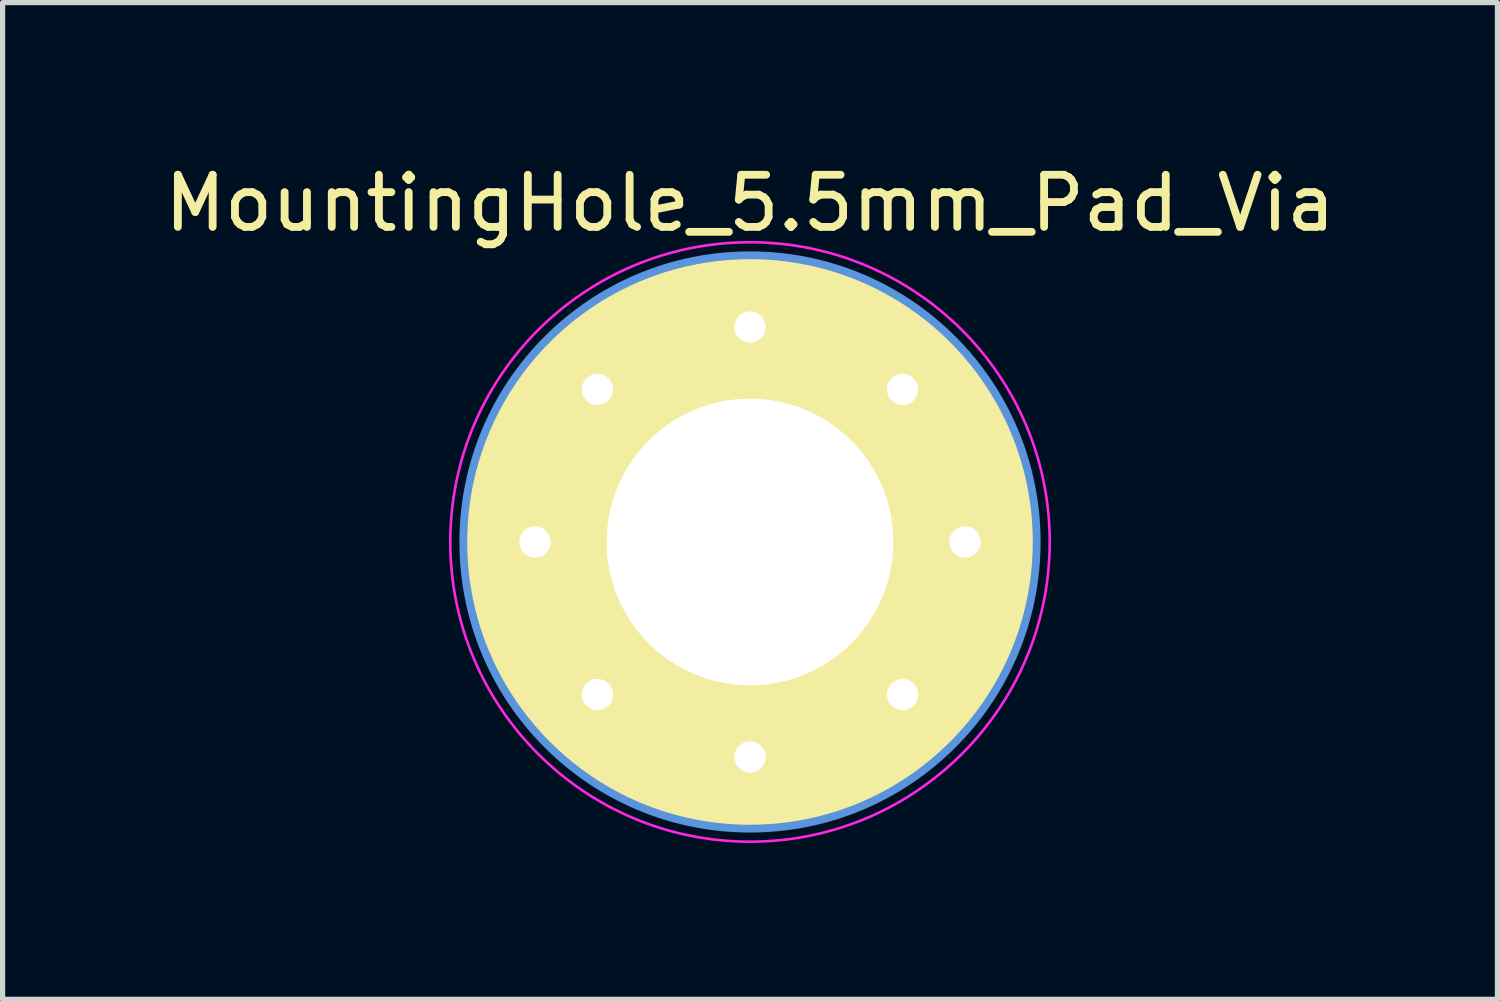
<source format=kicad_pcb>
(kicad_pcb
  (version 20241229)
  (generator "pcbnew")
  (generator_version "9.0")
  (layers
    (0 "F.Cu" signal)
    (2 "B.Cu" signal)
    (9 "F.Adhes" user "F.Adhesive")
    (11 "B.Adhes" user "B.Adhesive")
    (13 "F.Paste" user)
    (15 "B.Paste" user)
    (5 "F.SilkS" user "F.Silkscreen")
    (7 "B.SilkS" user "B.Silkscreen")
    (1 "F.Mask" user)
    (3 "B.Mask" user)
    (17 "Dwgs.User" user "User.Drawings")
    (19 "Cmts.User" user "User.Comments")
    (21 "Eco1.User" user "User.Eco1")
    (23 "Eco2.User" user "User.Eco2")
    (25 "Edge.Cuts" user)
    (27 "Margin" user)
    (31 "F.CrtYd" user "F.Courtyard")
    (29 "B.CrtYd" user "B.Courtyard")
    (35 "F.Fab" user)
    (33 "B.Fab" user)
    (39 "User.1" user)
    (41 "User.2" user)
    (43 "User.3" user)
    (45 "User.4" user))
  (footprint "MountingHole_5.5mm_Pad_Via"
    (layer "F.Cu")
    (at 11.339 7.348)
    (property "Reference" "MountingHole_5.5mm_Pad_Via" (at 0 -6.5 0) (layer "F.SilkS") (effects (font (size 1 1) (thickness 0.15))))
    (attr through_hole)
    (fp_circle (center 0 0) (end 5.5 0) (stroke (width 0.15) (type solid)) (fill no) (layer "Cmts.User"))
    (fp_circle (center 0 0) (end 5.75 0) (stroke (width 0.05) (type solid)) (fill no) (layer "F.CrtYd"))
    (pad "" thru_hole circle (at -4.125 0) (size 0.7 0.7) (drill 0.6) (layers "*.Cu" "*.Mask"))
    (pad "" thru_hole circle (at -2.927 -2.927) (size 0.7 0.7) (drill 0.6) (layers "*.Cu" "*.Mask"))
    (pad "" thru_hole circle (at -2.927 2.927) (size 0.7 0.7) (drill 0.6) (layers "*.Cu" "*.Mask"))
    (pad "" thru_hole circle (at 0 -4.125) (size 0.7 0.7) (drill 0.6) (layers "*.Cu" "*.Mask"))
    (pad "" thru_hole circle (at 0 4.125) (size 0.7 0.7) (drill 0.6) (layers "*.Cu" "*.Mask"))
    (pad "" thru_hole circle (at 2.927 -2.927) (size 0.7 0.7) (drill 0.6) (layers "*.Cu" "*.Mask"))
    (pad "" thru_hole circle (at 2.927 2.927) (size 0.7 0.7) (drill 0.6) (layers "*.Cu" "*.Mask"))
    (pad "" thru_hole circle (at 4.125 0) (size 0.7 0.7) (drill 0.6) (layers "*.Cu" "*.Mask"))
    (pad "1" thru_hole circle (at 0 0) (size 11 11) (drill 5.5) (layers "*.Cu" "*.Mask" "F.SilkS")))
  (gr_rect
    (start -3 -3)
    (end 25.679 16.123)
    (stroke (width 0.1) (type default))
    (fill no)
    (layer "Edge.Cuts")))
</source>
